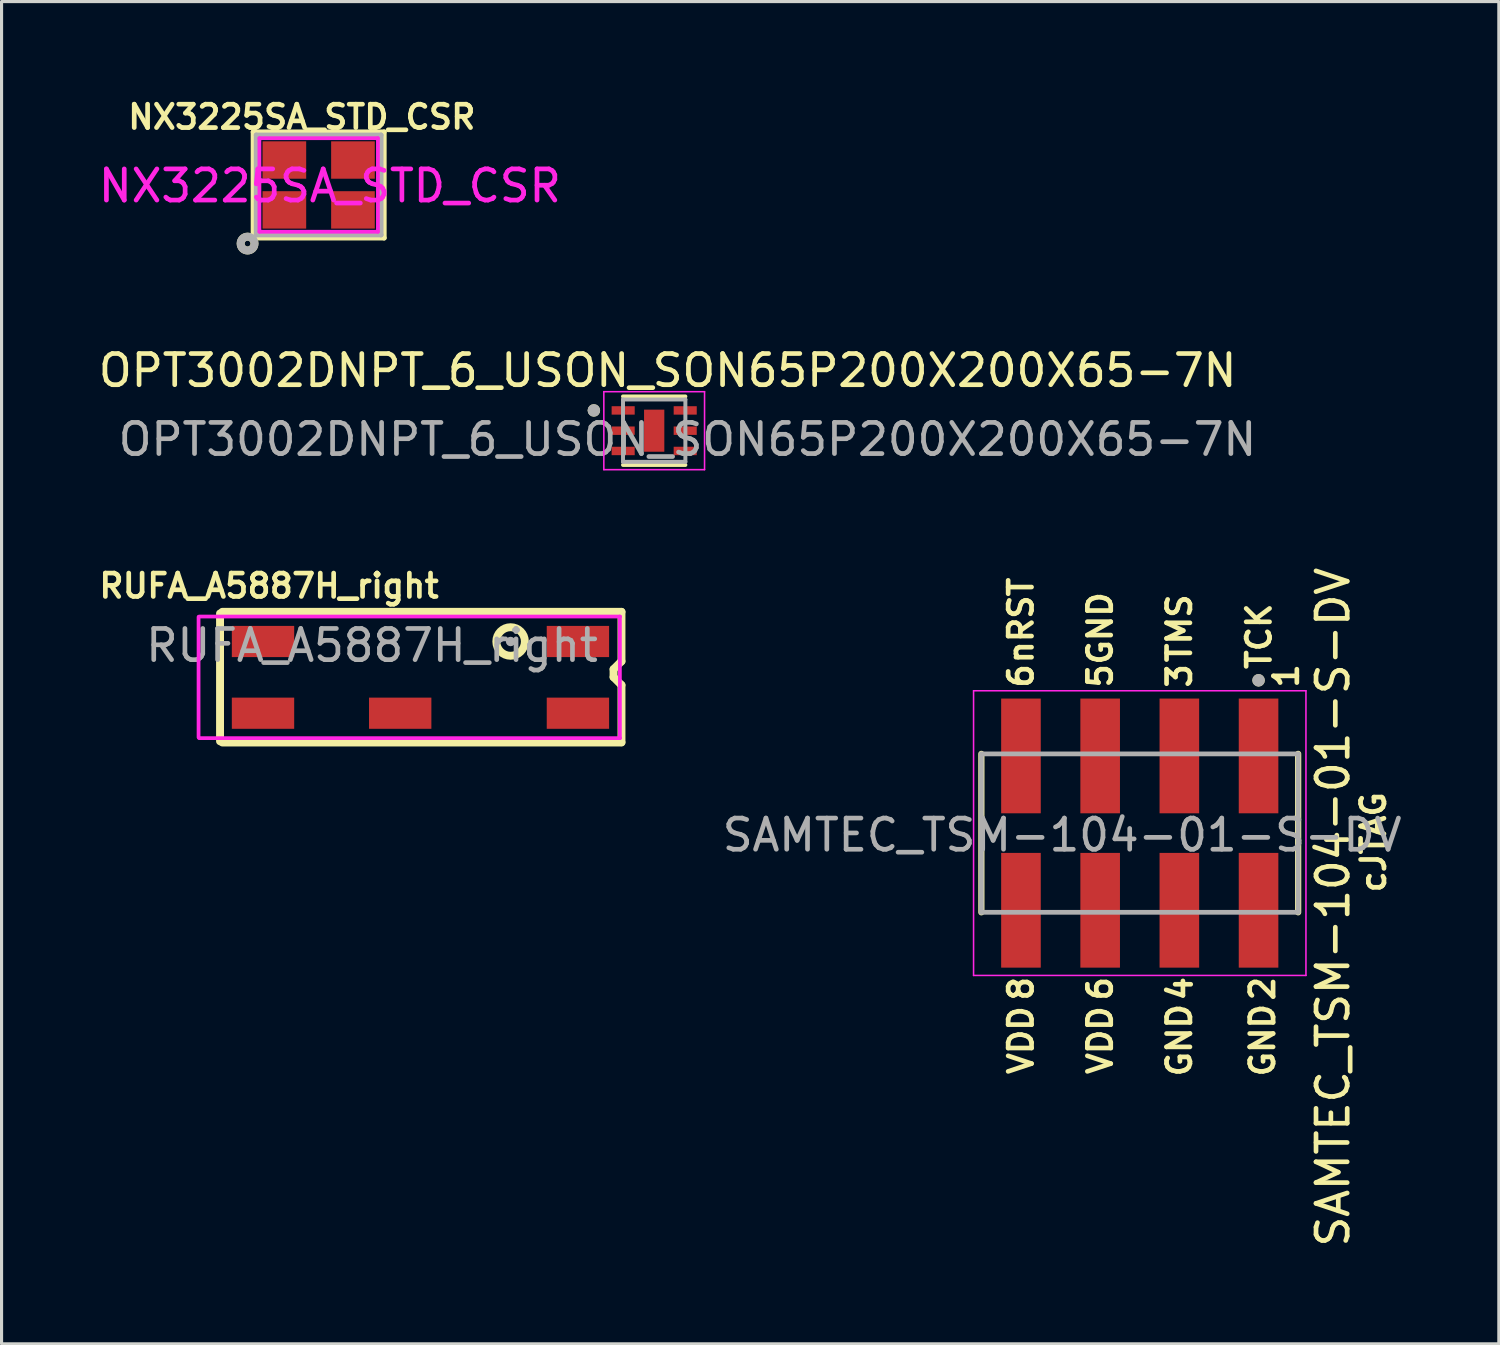
<source format=kicad_pcb>
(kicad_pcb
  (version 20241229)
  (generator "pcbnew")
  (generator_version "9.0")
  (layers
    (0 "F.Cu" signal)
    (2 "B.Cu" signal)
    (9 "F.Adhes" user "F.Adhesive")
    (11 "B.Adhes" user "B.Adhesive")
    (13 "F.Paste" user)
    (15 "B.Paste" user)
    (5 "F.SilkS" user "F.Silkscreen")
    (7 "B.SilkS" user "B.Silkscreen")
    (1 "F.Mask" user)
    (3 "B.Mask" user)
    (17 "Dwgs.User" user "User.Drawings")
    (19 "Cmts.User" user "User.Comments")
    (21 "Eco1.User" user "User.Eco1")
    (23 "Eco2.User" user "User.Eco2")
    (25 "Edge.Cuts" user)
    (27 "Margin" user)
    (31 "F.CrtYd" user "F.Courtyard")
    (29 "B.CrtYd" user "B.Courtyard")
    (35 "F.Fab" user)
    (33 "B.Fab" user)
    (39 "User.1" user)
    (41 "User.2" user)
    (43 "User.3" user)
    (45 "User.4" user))
  (footprint "OPT3002DNPT_6_USON_SON65P200X200X65-7N"
    (layer "F.Cu")
    (at 17.931 10.763)
    (property "Reference" "OPT3002DNPT_6_USON_SON65P200X200X65-7N" (at 0.432 -1.93 0) (layer "F.SilkS") (effects (font (size 1 1) (thickness 0.15))))
    (attr through_hole)
    (fp_line (start -1 -1.099) (end 1 -1.099) (stroke (width 0.127) (type solid)) (layer "F.SilkS"))
    (fp_line (start -1 1.099) (end 1 1.099) (stroke (width 0.127) (type solid)) (layer "F.SilkS"))
    (fp_circle (center -1.935 -0.65) (end -1.835 -0.65) (stroke (width 0.2) (type solid)) (fill no) (layer "F.SilkS"))
    (fp_poly (pts (xy -0.21 -0.43) (xy 0.21 -0.43) (xy 0.21 0.43) (xy -0.21 0.43)) (stroke (width 0.01) (type solid)) (fill yes) (layer "F.Paste"))
    (fp_line (start -1.615 -1.25) (end -1.615 1.25) (stroke (width 0.05) (type solid)) (layer "F.CrtYd"))
    (fp_line (start -1.615 -1.25) (end 1.615 -1.25) (stroke (width 0.05) (type solid)) (layer "F.CrtYd"))
    (fp_line (start -1.615 1.25) (end 1.615 1.25) (stroke (width 0.05) (type solid)) (layer "F.CrtYd"))
    (fp_line (start 1.615 -1.25) (end 1.615 1.25) (stroke (width 0.05) (type solid)) (layer "F.CrtYd"))
    (fp_line (start -1 -1) (end -1 1) (stroke (width 0.127) (type solid)) (layer "F.Fab"))
    (fp_line (start -1 -1) (end 1 -1) (stroke (width 0.127) (type solid)) (layer "F.Fab"))
    (fp_line (start -1 1) (end 1 1) (stroke (width 0.127) (type solid)) (layer "F.Fab"))
    (fp_line (start 1 -1) (end 1 1) (stroke (width 0.127) (type solid)) (layer "F.Fab"))
    (fp_circle (center -1.935 -0.65) (end -1.835 -0.65) (stroke (width 0.2) (type solid)) (fill no) (layer "F.Fab"))
    (fp_text user "${REFERENCE}" (at 1.067 0.279 0) (layer "F.Fab") (effects (font (size 1 1) (thickness 0.15))))
    (pad "1" smd rect (at -0.995 -0.65) (size 0.74 0.27) (layers "F.Cu" "F.Mask" "F.Paste"))
    (pad "2" smd rect (at -0.995 0) (size 0.74 0.27) (layers "F.Cu" "F.Mask" "F.Paste"))
    (pad "3" smd rect (at -0.995 0.65) (size 0.74 0.27) (layers "F.Cu" "F.Mask" "F.Paste"))
    (pad "4" smd rect (at 0.995 0.65) (size 0.74 0.27) (layers "F.Cu" "F.Mask" "F.Paste"))
    (pad "5" smd rect (at 0.995 0) (size 0.74 0.27) (layers "F.Cu" "F.Mask" "F.Paste"))
    (pad "6" smd rect (at 0.995 -0.65) (size 0.74 0.27) (layers "F.Cu" "F.Mask" "F.Paste"))
    (pad "7" smd rect (at 0 0) (size 0.65 1.35) (layers "F.Cu" "F.Mask")))
  (footprint "RUFA_A5887H_right"
    (layer "F.Cu")
    (at 15.485 17.524)
    (property "Reference" "RUFA_A5887H_right" (at -9.906 -1.784 0) (layer "F.SilkS") (effects (font (size 0.75 0.75) (thickness 0.15))))
    (attr through_hole)
    (fp_line (start -11.478 3.2) (end -11.478 -0.9) (stroke (width 0.254) (type solid)) (layer "F.SilkS"))
    (fp_line (start -11.403 -0.952) (end 1.397 -0.952) (stroke (width 0.254) (type solid)) (layer "F.SilkS"))
    (fp_line (start -11.403 3.239) (end 1.397 3.239) (stroke (width 0.254) (type solid)) (layer "F.SilkS"))
    (fp_line (start 1.143 0.889) (end 1.143 1.143) (stroke (width 0.254) (type solid)) (layer "F.SilkS"))
    (fp_line (start 1.143 1.143) (end 1.397 1.397) (stroke (width 0.254) (type solid)) (layer "F.SilkS"))
    (fp_line (start 1.397 -0.95) (end 1.397 0.635) (stroke (width 0.254) (type solid)) (layer "F.SilkS"))
    (fp_line (start 1.397 0.635) (end 1.143 0.889) (stroke (width 0.254) (type solid)) (layer "F.SilkS"))
    (fp_line (start 1.397 1.397) (end 1.397 3.23) (stroke (width 0.254) (type solid)) (layer "F.SilkS"))
    (fp_circle (center -2.159 0) (end -2.54 -0.254) (stroke (width 0.254) (type solid)) (fill no) (layer "F.SilkS"))
    (fp_line (start -12.167 -0.787) (end -12.167 3.073) (stroke (width 0.12) (type solid)) (layer "F.CrtYd"))
    (fp_line (start -12.15 -0.8) (end 1.35 -0.8) (stroke (width 0.12) (type solid)) (layer "F.CrtYd"))
    (fp_line (start -12.15 3.1) (end 1.35 3.1) (stroke (width 0.12) (type solid)) (layer "F.CrtYd"))
    (fp_line (start 1.346 -0.8) (end 1.346 3.099) (stroke (width 0.12) (type solid)) (layer "F.CrtYd"))
    (fp_circle (center -2.159 0) (end -2.083 0) (stroke (width 0.152) (type solid)) (fill no) (layer "F.Fab"))
    (fp_text user "${REFERENCE}" (at -6.604 0.127 0) (layer "F.Fab") (effects (font (size 1 1) (thickness 0.15))))
    (pad "1" smd rect (at 0 0) (size 2 1) (layers "F.Cu" "F.Mask" "F.Paste"))
    (pad "2" smd rect (at 0 2.3) (size 2 1) (layers "F.Cu" "F.Mask" "F.Paste"))
    (pad "3" smd rect (at -5.7 2.3) (size 2 1) (layers "F.Cu" "F.Mask" "F.Paste"))
    (pad "4" smd rect (at -10.1 2.3) (size 2 1) (layers "F.Cu" "F.Mask" "F.Paste"))
    (pad "5" smd rect (at -10.1 0) (size 2 1) (layers "F.Cu" "F.Mask" "F.Paste")))
  (footprint "NX3225SA_STD_CSR"
    (layer "F.Cu")
    (at 7.17 2.882)
    (property "Reference" "NX3225SA_STD_CSR" (at -0.54 -2.18 0) (layer "F.SilkS") (effects (font (size 0.75 0.75) (thickness 0.15))))
    (attr through_hole)
    (fp_line (start -2.1 -1.7) (end -2.1 1.7) (stroke (width 0.16) (type solid)) (layer "F.SilkS"))
    (fp_line (start -2.1 -1.7) (end 2.1 -1.7) (stroke (width 0.16) (type solid)) (layer "F.SilkS"))
    (fp_line (start -2.1 1.7) (end 2.1 1.7) (stroke (width 0.16) (type solid)) (layer "F.SilkS"))
    (fp_line (start 2.1 -1.7) (end 2.1 1.7) (stroke (width 0.16) (type solid)) (layer "F.SilkS"))
    (fp_circle (center -2.28 1.88) (end -2.185 1.88) (stroke (width 0.254) (type solid)) (fill no) (layer "F.SilkS"))
    (fp_line (start -1.9 -1.5) (end -1.9 1.5) (stroke (width 0.12) (type solid)) (layer "F.CrtYd"))
    (fp_line (start -1.9 -1.5) (end 1.9 -1.5) (stroke (width 0.12) (type solid)) (layer "F.CrtYd"))
    (fp_line (start -1.9 1.5) (end 1.9 1.5) (stroke (width 0.12) (type solid)) (layer "F.CrtYd"))
    (fp_line (start 1.9 -1.5) (end 1.9 1.5) (stroke (width 0.12) (type solid)) (layer "F.CrtYd"))
    (fp_line (start -2 -1.6) (end -2 1.6) (stroke (width 0.16) (type solid)) (layer "F.Fab"))
    (fp_line (start -2 -1.6) (end 2 -1.6) (stroke (width 0.16) (type solid)) (layer "F.Fab"))
    (fp_line (start -2 1.6) (end 2 1.6) (stroke (width 0.16) (type solid)) (layer "F.Fab"))
    (fp_line (start 2 -1.6) (end 2 1.6) (stroke (width 0.16) (type solid)) (layer "F.Fab"))
    (fp_circle (center -2.28 1.88) (end -2.185 1.88) (stroke (width 0.254) (type solid)) (fill no) (layer "F.Fab"))
    (fp_text user "${REFERENCE}" (at 0.36 0.03 0) (layer "F.CrtYd") (effects (font (size 1 1) (thickness 0.15))))
    (pad "1" smd rect (at -1.1 0.8) (size 1.4 1.2) (layers "F.Cu" "F.Mask" "F.Paste"))
    (pad "2" smd rect (at 1.1 0.8) (size 1.4 1.2) (layers "F.Cu" "F.Mask" "F.Paste"))
    (pad "3" smd rect (at 1.1 -0.8) (size 1.4 1.2) (layers "F.Cu" "F.Mask" "F.Paste"))
    (pad "4" smd rect (at -1.1 -0.8) (size 1.4 1.2) (layers "F.Cu" "F.Mask" "F.Paste")))
  (footprint "SAMTEC_TSM-104-01-S-DV"
    (layer "F.Cu")
    (at 40.997 23.199)
    (property "Reference" "SAMTEC_TSM-104-01-S-DV" (at -1.295 2.845 90) (layer "F.SilkS") (effects (font (size 1 1) (thickness 0.15))))
    (attr through_hole)
    (fp_line (start -12.573 3.01) (end -12.573 -2.07) (stroke (width 0.2) (type solid)) (layer "F.SilkS"))
    (fp_line (start -2.413 -2.07) (end -2.413 3.01) (stroke (width 0.2) (type solid)) (layer "F.SilkS"))
    (fp_circle (center -3.683 -4.43) (end -3.583 -4.43) (stroke (width 0.2) (type solid)) (fill no) (layer "F.SilkS"))
    (fp_line (start -12.823 -4.095) (end -2.163 -4.095) (stroke (width 0.05) (type solid)) (layer "F.CrtYd"))
    (fp_line (start -12.823 5.035) (end -12.823 -4.095) (stroke (width 0.05) (type solid)) (layer "F.CrtYd"))
    (fp_line (start -2.163 -4.095) (end -2.163 5.035) (stroke (width 0.05) (type solid)) (layer "F.CrtYd"))
    (fp_line (start -2.163 5.035) (end -12.823 5.035) (stroke (width 0.05) (type solid)) (layer "F.CrtYd"))
    (fp_line (start -12.573 -2.07) (end -2.413 -2.07) (stroke (width 0.15) (type solid)) (layer "F.Fab"))
    (fp_line (start -12.573 3.01) (end -12.573 -2.07) (stroke (width 0.15) (type solid)) (layer "F.Fab"))
    (fp_line (start -2.413 -2.07) (end -2.413 3.01) (stroke (width 0.15) (type solid)) (layer "F.Fab"))
    (fp_line (start -2.413 3.01) (end -12.573 3.01) (stroke (width 0.15) (type solid)) (layer "F.Fab"))
    (fp_circle (center -3.683 -4.43) (end -3.583 -4.43) (stroke (width 0.2) (type solid)) (fill no) (layer "F.Fab"))
    (fp_text user "3" (at -6.223 -4.572 90) (layer "F.SilkS") (effects (font (size 0.75 0.75) (thickness 0.15))))
    (fp_text user "TCK" (at -3.67 -5.842 90) (layer "F.SilkS") (effects (font (size 0.75 0.75) (thickness 0.15))))
    (fp_text user "VDD" (at -8.763 7.112 90) (layer "F.SilkS") (effects (font (size 0.75 0.75) (thickness 0.15))))
    (fp_text user "1" (at -2.794 -4.572 90) (layer "F.SilkS") (effects (font (size 0.75 0.75) (thickness 0.15))))
    (fp_text user "8" (at -11.303 5.461 90) (layer "F.SilkS") (effects (font (size 0.75 0.75) (thickness 0.15))))
    (fp_text user "GND" (at -8.763 -6.096 90) (layer "F.SilkS") (effects (font (size 0.75 0.75) (thickness 0.15))))
    (fp_text user "6" (at -8.763 5.461 90) (layer "F.SilkS") (effects (font (size 0.75 0.75) (thickness 0.15))))
    (fp_text user "GND" (at -3.556 7.112 90) (layer "F.SilkS") (effects (font (size 0.75 0.75) (thickness 0.15))))
    (fp_text user "4" (at -6.198 5.461 90) (layer "F.SilkS") (effects (font (size 0.75 0.75) (thickness 0.15))))
    (fp_text user "2" (at -3.556 5.461 90) (layer "F.SilkS") (effects (font (size 0.75 0.75) (thickness 0.15))))
    (fp_text user "cJTAG" (at 0 0.762 90) (layer "F.SilkS") (effects (font (size 0.75 0.75) (thickness 0.15))))
    (fp_text user "6" (at -11.303 -4.572 90) (layer "F.SilkS") (effects (font (size 0.75 0.75) (thickness 0.15))))
    (fp_text user "nRST" (at -11.303 -6.35 90) (layer "F.SilkS") (effects (font (size 0.75 0.75) (thickness 0.15))))
    (fp_text user "5" (at -8.763 -4.572 90) (layer "F.SilkS") (effects (font (size 0.75 0.75) (thickness 0.15))))
    (fp_text user "TMS" (at -6.223 -6.096 90) (layer "F.SilkS") (effects (font (size 0.75 0.75) (thickness 0.15))))
    (fp_text user "VDD" (at -11.303 7.112 90) (layer "F.SilkS") (effects (font (size 0.75 0.75) (thickness 0.15))))
    (fp_text user "GND" (at -6.223 7.112 90) (layer "F.SilkS") (effects (font (size 0.75 0.75) (thickness 0.15))))
    (fp_text user "${REFERENCE}" (at -9.982 0.533 0) (layer "F.Fab") (effects (font (size 1 1) (thickness 0.15))))
    (pad "1" smd rect (at -3.683 -2.005) (size 1.27 3.68) (layers "F.Cu" "F.Mask" "F.Paste"))
    (pad "2" smd rect (at -3.683 2.945) (size 1.27 3.68) (layers "F.Cu" "F.Mask" "F.Paste"))
    (pad "3" smd rect (at -6.223 -2.005) (size 1.27 3.68) (layers "F.Cu" "F.Mask" "F.Paste"))
    (pad "4" smd rect (at -6.223 2.945) (size 1.27 3.68) (layers "F.Cu" "F.Mask" "F.Paste"))
    (pad "5" smd rect (at -8.763 -2.005) (size 1.27 3.68) (layers "F.Cu" "F.Mask" "F.Paste"))
    (pad "6" smd rect (at -8.763 2.945) (size 1.27 3.68) (layers "F.Cu" "F.Mask" "F.Paste"))
    (pad "7" smd rect (at -11.303 -2.005) (size 1.27 3.68) (layers "F.Cu" "F.Mask" "F.Paste"))
    (pad "8" smd rect (at -11.303 2.945) (size 1.27 3.68) (layers "F.Cu" "F.Mask" "F.Paste")))
  (gr_rect
    (start -3 -3)
    (end 45.02 40.049)
    (stroke (width 0.1) (type default))
    (fill no)
    (layer "Edge.Cuts")))
</source>
